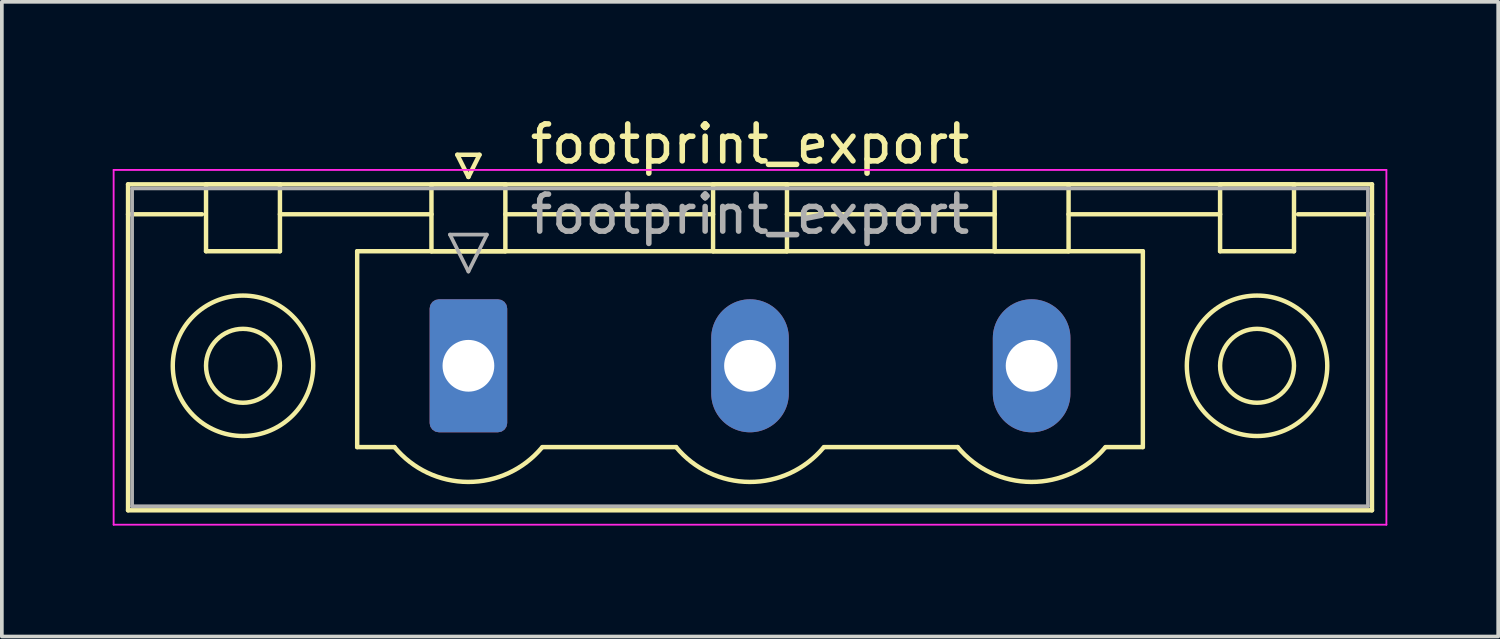
<source format=kicad_pcb>
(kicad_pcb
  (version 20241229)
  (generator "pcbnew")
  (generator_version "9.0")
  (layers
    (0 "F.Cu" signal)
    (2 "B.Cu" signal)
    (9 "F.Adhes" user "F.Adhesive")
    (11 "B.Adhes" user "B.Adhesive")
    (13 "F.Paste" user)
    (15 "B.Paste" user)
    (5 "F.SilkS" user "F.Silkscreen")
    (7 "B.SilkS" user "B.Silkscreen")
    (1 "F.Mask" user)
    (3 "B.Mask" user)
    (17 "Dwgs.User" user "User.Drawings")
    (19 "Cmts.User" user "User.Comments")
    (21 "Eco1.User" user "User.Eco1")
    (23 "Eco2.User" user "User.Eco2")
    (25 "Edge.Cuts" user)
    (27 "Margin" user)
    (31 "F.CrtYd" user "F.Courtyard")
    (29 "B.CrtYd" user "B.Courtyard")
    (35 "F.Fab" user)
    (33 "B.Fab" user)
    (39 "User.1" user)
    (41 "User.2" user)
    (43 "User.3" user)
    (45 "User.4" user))
  (footprint "footprint_export"
    (layer "F.Cu")
    (at 9.625 6.848)
    (property "Reference" "footprint_export" (at 7.62 -6 0) (layer "F.SilkS") (effects (font (size 1 1) (thickness 0.15))))
    (attr through_hole)
    (fp_line (start -9.21 -4.91) (end -9.21 3.91) (stroke (width 0.12) (type solid)) (layer "F.SilkS"))
    (fp_line (start -9.21 -4.1) (end -7.21 -4.1) (stroke (width 0.12) (type solid)) (layer "F.SilkS"))
    (fp_line (start -9.21 3.91) (end 24.45 3.91) (stroke (width 0.12) (type solid)) (layer "F.SilkS"))
    (fp_line (start -7.1 -4.91) (end -5.1 -4.91) (stroke (width 0.12) (type solid)) (layer "F.SilkS"))
    (fp_line (start -7.1 -3.1) (end -7.1 -4.91) (stroke (width 0.12) (type solid)) (layer "F.SilkS"))
    (fp_line (start -5.1 -4.91) (end -5.1 -3.1) (stroke (width 0.12) (type solid)) (layer "F.SilkS"))
    (fp_line (start -5.1 -4.1) (end -1 -4.1) (stroke (width 0.12) (type solid)) (layer "F.SilkS"))
    (fp_line (start -5.1 -3.1) (end -7.1 -3.1) (stroke (width 0.12) (type solid)) (layer "F.SilkS"))
    (fp_line (start -3.01 -3.1) (end 18.25 -3.1) (stroke (width 0.12) (type solid)) (layer "F.SilkS"))
    (fp_line (start -3.01 2.2) (end -3.01 -3.1) (stroke (width 0.12) (type solid)) (layer "F.SilkS"))
    (fp_line (start -2 2.2) (end -3.01 2.2) (stroke (width 0.12) (type solid)) (layer "F.SilkS"))
    (fp_line (start -1 -4.91) (end 1 -4.91) (stroke (width 0.12) (type solid)) (layer "F.SilkS"))
    (fp_line (start -1 -3.1) (end -1 -4.91) (stroke (width 0.12) (type solid)) (layer "F.SilkS"))
    (fp_line (start -0.3 -5.71) (end 0.3 -5.71) (stroke (width 0.12) (type solid)) (layer "F.SilkS"))
    (fp_line (start 0 -5.11) (end -0.3 -5.71) (stroke (width 0.12) (type solid)) (layer "F.SilkS"))
    (fp_line (start 0.3 -5.71) (end 0 -5.11) (stroke (width 0.12) (type solid)) (layer "F.SilkS"))
    (fp_line (start 1 -4.91) (end 1 -3.1) (stroke (width 0.12) (type solid)) (layer "F.SilkS"))
    (fp_line (start 1 -4.1) (end 6.62 -4.1) (stroke (width 0.12) (type solid)) (layer "F.SilkS"))
    (fp_line (start 1 -3.1) (end -1 -3.1) (stroke (width 0.12) (type solid)) (layer "F.SilkS"))
    (fp_line (start 2 2.2) (end 5.62 2.2) (stroke (width 0.12) (type solid)) (layer "F.SilkS"))
    (fp_line (start 6.62 -4.91) (end 8.62 -4.91) (stroke (width 0.12) (type solid)) (layer "F.SilkS"))
    (fp_line (start 6.62 -3.1) (end 6.62 -4.91) (stroke (width 0.12) (type solid)) (layer "F.SilkS"))
    (fp_line (start 8.62 -4.91) (end 8.62 -3.1) (stroke (width 0.12) (type solid)) (layer "F.SilkS"))
    (fp_line (start 8.62 -4.1) (end 14.24 -4.1) (stroke (width 0.12) (type solid)) (layer "F.SilkS"))
    (fp_line (start 8.62 -3.1) (end 6.62 -3.1) (stroke (width 0.12) (type solid)) (layer "F.SilkS"))
    (fp_line (start 9.62 2.2) (end 13.24 2.2) (stroke (width 0.12) (type solid)) (layer "F.SilkS"))
    (fp_line (start 14.24 -4.91) (end 16.24 -4.91) (stroke (width 0.12) (type solid)) (layer "F.SilkS"))
    (fp_line (start 14.24 -3.1) (end 14.24 -4.91) (stroke (width 0.12) (type solid)) (layer "F.SilkS"))
    (fp_line (start 16.24 -4.91) (end 16.24 -3.1) (stroke (width 0.12) (type solid)) (layer "F.SilkS"))
    (fp_line (start 16.24 -4.1) (end 20.34 -4.1) (stroke (width 0.12) (type solid)) (layer "F.SilkS"))
    (fp_line (start 16.24 -3.1) (end 14.24 -3.1) (stroke (width 0.12) (type solid)) (layer "F.SilkS"))
    (fp_line (start 18.25 -3.1) (end 18.25 2.2) (stroke (width 0.12) (type solid)) (layer "F.SilkS"))
    (fp_line (start 18.25 2.2) (end 17.24 2.2) (stroke (width 0.12) (type solid)) (layer "F.SilkS"))
    (fp_line (start 20.34 -4.91) (end 22.34 -4.91) (stroke (width 0.12) (type solid)) (layer "F.SilkS"))
    (fp_line (start 20.34 -3.1) (end 20.34 -4.91) (stroke (width 0.12) (type solid)) (layer "F.SilkS"))
    (fp_line (start 22.34 -4.91) (end 22.34 -3.1) (stroke (width 0.12) (type solid)) (layer "F.SilkS"))
    (fp_line (start 22.34 -3.1) (end 20.34 -3.1) (stroke (width 0.12) (type solid)) (layer "F.SilkS"))
    (fp_line (start 24.45 -4.91) (end -9.21 -4.91) (stroke (width 0.12) (type solid)) (layer "F.SilkS"))
    (fp_line (start 24.45 -4.1) (end 22.45 -4.1) (stroke (width 0.12) (type solid)) (layer "F.SilkS"))
    (fp_line (start 24.45 3.91) (end 24.45 -4.91) (stroke (width 0.12) (type solid)) (layer "F.SilkS"))
    (fp_arc (start 1.986842 2.215821) (mid -0.010289 3.142758) (end -2 2.2) (stroke (width 0.12) (type solid)) (layer "F.SilkS"))
    (fp_arc (start 9.606842 2.215821) (mid 7.609711 3.142758) (end 5.62 2.2) (stroke (width 0.12) (type solid)) (layer "F.SilkS"))
    (fp_arc (start 17.226842 2.215821) (mid 15.229711 3.142758) (end 13.24 2.2) (stroke (width 0.12) (type solid)) (layer "F.SilkS"))
    (fp_circle (center -6.1 0) (end -5.1 0) (stroke (width 0.12) (type solid)) (fill no) (layer "F.SilkS"))
    (fp_circle (center -6.1 0) (end -4.2 0) (stroke (width 0.12) (type solid)) (fill no) (layer "F.SilkS"))
    (fp_circle (center 21.34 0) (end 22.34 0) (stroke (width 0.12) (type solid)) (fill no) (layer "F.SilkS"))
    (fp_circle (center 21.34 0) (end 23.24 0) (stroke (width 0.12) (type solid)) (fill no) (layer "F.SilkS"))
    (fp_line (start -9.6 -5.3) (end -9.6 4.3) (stroke (width 0.05) (type solid)) (layer "F.CrtYd"))
    (fp_line (start -9.6 4.3) (end 24.84 4.3) (stroke (width 0.05) (type solid)) (layer "F.CrtYd"))
    (fp_line (start 24.84 -5.3) (end -9.6 -5.3) (stroke (width 0.05) (type solid)) (layer "F.CrtYd"))
    (fp_line (start 24.84 4.3) (end 24.84 -5.3) (stroke (width 0.05) (type solid)) (layer "F.CrtYd"))
    (fp_line (start -9.1 -4.8) (end -9.1 3.8) (stroke (width 0.1) (type solid)) (layer "F.Fab"))
    (fp_line (start -9.1 3.8) (end 24.34 3.8) (stroke (width 0.1) (type solid)) (layer "F.Fab"))
    (fp_line (start -0.5 -3.55) (end 0.5 -3.55) (stroke (width 0.1) (type solid)) (layer "F.Fab"))
    (fp_line (start 0 -2.55) (end -0.5 -3.55) (stroke (width 0.1) (type solid)) (layer "F.Fab"))
    (fp_line (start 0.5 -3.55) (end 0 -2.55) (stroke (width 0.1) (type solid)) (layer "F.Fab"))
    (fp_line (start 24.34 -4.8) (end -9.1 -4.8) (stroke (width 0.1) (type solid)) (layer "F.Fab"))
    (fp_line (start 24.34 3.8) (end 24.34 -4.8) (stroke (width 0.1) (type solid)) (layer "F.Fab"))
    (fp_text user "${REFERENCE}" (at 7.62 -4.1 0) (layer "F.Fab") (effects (font (size 1 1) (thickness 0.15))))
    (pad "1" thru_hole roundrect (at 0 0) (size 2.1 3.6) (drill 1.4) (layers "*.Cu" "*.Mask") (roundrect_rratio 0.119))
    (pad "2" thru_hole oval (at 7.62 0) (size 2.1 3.6) (drill 1.4) (layers "*.Cu" "*.Mask"))
    (pad "3" thru_hole oval (at 15.24 0) (size 2.1 3.6) (drill 1.4) (layers "*.Cu" "*.Mask")))
  (gr_rect
    (start -3 -3)
    (end 37.49 14.173)
    (stroke (width 0.1) (type default))
    (fill no)
    (layer "Edge.Cuts")))
</source>
